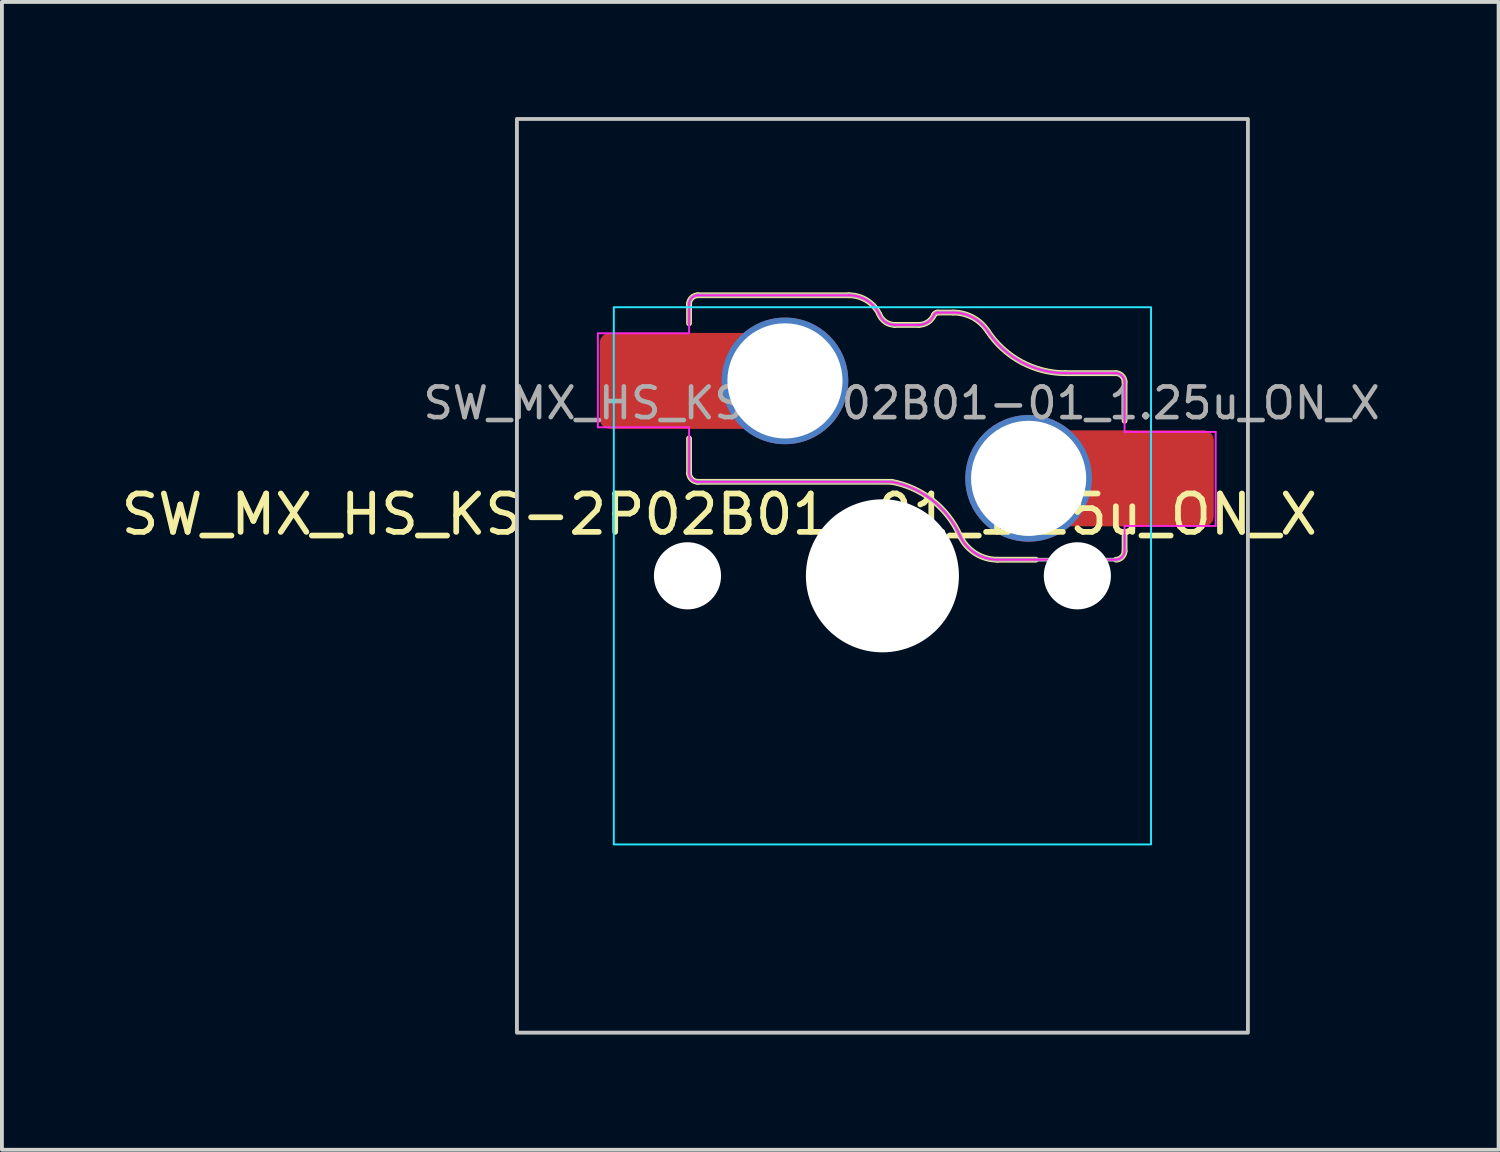
<source format=kicad_pcb>
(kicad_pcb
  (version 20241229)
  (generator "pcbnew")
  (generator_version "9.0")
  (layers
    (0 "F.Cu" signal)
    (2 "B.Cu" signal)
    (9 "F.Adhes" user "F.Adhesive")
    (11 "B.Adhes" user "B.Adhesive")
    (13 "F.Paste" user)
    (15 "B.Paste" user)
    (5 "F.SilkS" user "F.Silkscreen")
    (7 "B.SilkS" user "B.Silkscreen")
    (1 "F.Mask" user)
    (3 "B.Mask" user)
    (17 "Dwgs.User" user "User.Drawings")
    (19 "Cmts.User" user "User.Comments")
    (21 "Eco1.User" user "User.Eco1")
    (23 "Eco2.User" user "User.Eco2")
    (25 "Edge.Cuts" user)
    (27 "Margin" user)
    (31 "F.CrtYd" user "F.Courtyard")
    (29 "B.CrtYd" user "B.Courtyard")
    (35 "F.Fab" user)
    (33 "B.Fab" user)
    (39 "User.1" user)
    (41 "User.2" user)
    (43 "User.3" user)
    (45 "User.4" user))
  (footprint "SW_MX_HS_KS-2P02B01-01_1.25u_ON_X"
    (layer "F.Cu")
    (at 19.946 11.956)
    (property "Reference" "SW_MX_HS_KS-2P02B01-01_1.25u_ON_X" (at -4.25 -1.6 0) (layer "F.SilkS") (effects (font (size 1 1) (thickness 0.15))))
    (attr smd)
    (fp_line (start -5.039 -7.086) (end -5.039 -6.58) (stroke (width 0.15) (type solid)) (layer "F.SilkS"))
    (fp_line (start -5.039 -2.675) (end -5.039 -3.58) (stroke (width 0.15) (type solid)) (layer "F.SilkS"))
    (fp_line (start -4.814 -2.45) (end 0.239 -2.45) (stroke (width 0.15) (type solid)) (layer "F.SilkS"))
    (fp_line (start -0.871 -7.311) (end -4.814 -7.311) (stroke (width 0.15) (type solid)) (layer "F.SilkS"))
    (fp_line (start 0.954 -6.539) (end 0.316 -6.539) (stroke (width 0.15) (type solid)) (layer "F.SilkS"))
    (fp_line (start 1.437 -6.861) (end 1.846 -6.861) (stroke (width 0.15) (type solid)) (layer "F.SilkS"))
    (fp_line (start 2.997 -0.42) (end 4 -0.42) (stroke (width 0.15) (type solid)) (layer "F.SilkS"))
    (fp_line (start 6.086 -5.281) (end 4.775 -5.281) (stroke (width 0.15) (type solid)) (layer "F.SilkS"))
    (fp_line (start 6.311 -5.056) (end 6.311 -4.04) (stroke (width 0.15) (type solid)) (layer "F.SilkS"))
    (fp_line (start 6.311 -0.645) (end 6.311 -1.04) (stroke (width 0.15) (type solid)) (layer "F.SilkS"))
    (fp_arc (start -0.870659 -7.311006) (mid -0.404802 -7.177082) (end -0.081188 -6.816204) (stroke (width 0.15) (type solid)) (layer "F.SilkS"))
    (fp_arc (start 0.239066 -2.449741) (mid 1.301345 -1.970299) (end 2.018091 -1.051291) (stroke (width 0.15) (type solid)) (layer "F.SilkS"))
    (fp_arc (start 0.316284 -6.539103) (mid 0.075462 -6.617285) (end -0.081188 -6.816204) (stroke (width 0.15) (type solid)) (layer "F.SilkS"))
    (fp_arc (start 1.344869 -6.800882) (mid 1.1877 -6.612605) (end 0.953718 -6.539103) (stroke (width 0.15) (type solid)) (layer "F.SilkS"))
    (fp_arc (start 1.344869 -6.800882) (mid 1.381745 -6.844643) (end 1.436576 -6.861005) (stroke (width 0.15) (type solid)) (layer "F.SilkS"))
    (fp_arc (start 1.845965 -6.860996) (mid 2.356288 -6.732106) (end 2.744226 -6.376372) (stroke (width 0.15) (type solid)) (layer "F.SilkS"))
    (fp_arc (start 2.997274 -0.419747) (mid 2.414853 -0.591219) (end 2.018265 -1.05093) (stroke (width 0.15) (type solid)) (layer "F.SilkS"))
    (fp_arc (start 4.774564 -5.281006) (mid 3.62108 -5.572312) (end 2.744226 -6.376372) (stroke (width 0.15) (type solid)) (layer "F.SilkS"))
    (fp_curve (pts (xy -5.039 -2.675) (xy -5.039 -2.557) (xy -4.932 -2.45) (xy -4.814 -2.45)) (stroke (width 0.15) (type solid)) (layer "F.SilkS"))
    (fp_curve (pts (xy -4.814 -7.311) (xy -4.932 -7.311) (xy -5.039 -7.204) (xy -5.039 -7.086)) (stroke (width 0.15) (type solid)) (layer "F.SilkS"))
    (fp_curve (pts (xy 6.086 -0.42) (xy 6.203 -0.42) (xy 6.311 -0.527) (xy 6.311 -0.645)) (stroke (width 0.15) (type solid)) (layer "F.SilkS"))
    (fp_curve (pts (xy 6.311 -5.056) (xy 6.311 -5.174) (xy 6.203 -5.281) (xy 6.086 -5.281)) (stroke (width 0.15) (type solid)) (layer "F.SilkS"))
    (fp_rect (start -9.525 -11.906) (end 9.525 11.906) (stroke (width 0.1) (type default)) (fill no) (layer "Dwgs.User"))
    (fp_line (start -7 -6.5) (end -7 6.5) (stroke (width 0.05) (type solid)) (layer "Eco2.User"))
    (fp_line (start -6.5 7) (end 6.5 7) (stroke (width 0.05) (type solid)) (layer "Eco2.User"))
    (fp_line (start 6.5 -7) (end -6.5 -7) (stroke (width 0.05) (type solid)) (layer "Eco2.User"))
    (fp_line (start 7 6.5) (end 7 -6.5) (stroke (width 0.05) (type solid)) (layer "Eco2.User"))
    (fp_arc (start -7 -6.5) (mid -6.853553 -6.853553) (end -6.5 -7) (stroke (width 0.05) (type solid)) (layer "Eco2.User"))
    (fp_arc (start -6.497236 6.998884) (mid -6.850789 6.852437) (end -6.997236 6.498884) (stroke (width 0.05) (type solid)) (layer "Eco2.User"))
    (fp_arc (start 6.5 -7) (mid 6.853553 -6.853553) (end 7 -6.5) (stroke (width 0.05) (type solid)) (layer "Eco2.User"))
    (fp_arc (start 7 6.5) (mid 6.853553 6.853553) (end 6.5 7) (stroke (width 0.05) (type solid)) (layer "Eco2.User"))
    (fp_rect (start -7 -7) (end 7 7) (stroke (width 0.05) (type default)) (fill no) (layer "B.CrtYd"))
    (fp_line (start -7.415 -6.32) (end -5.039 -6.32) (stroke (width 0.05) (type solid)) (layer "F.CrtYd"))
    (fp_line (start -7.415 -3.87) (end -7.415 -6.32) (stroke (width 0.05) (type solid)) (layer "F.CrtYd"))
    (fp_line (start -5.039 -7.086) (end -5.039 -6.32) (stroke (width 0.05) (type solid)) (layer "F.CrtYd"))
    (fp_line (start -5.039 -3.87) (end -7.415 -3.87) (stroke (width 0.05) (type solid)) (layer "F.CrtYd"))
    (fp_line (start -5.039 -2.675) (end -5.039 -3.87) (stroke (width 0.05) (type solid)) (layer "F.CrtYd"))
    (fp_line (start -4.814 -2.45) (end 0.239 -2.45) (stroke (width 0.05) (type solid)) (layer "F.CrtYd"))
    (fp_line (start -0.871 -7.311) (end -4.814 -7.311) (stroke (width 0.05) (type solid)) (layer "F.CrtYd"))
    (fp_line (start 0.954 -6.539) (end 0.316 -6.539) (stroke (width 0.05) (type solid)) (layer "F.CrtYd"))
    (fp_line (start 1.437 -6.861) (end 1.846 -6.861) (stroke (width 0.05) (type solid)) (layer "F.CrtYd"))
    (fp_line (start 2.997 -0.42) (end 6.086 -0.42) (stroke (width 0.05) (type solid)) (layer "F.CrtYd"))
    (fp_line (start 6.086 -5.281) (end 4.775 -5.281) (stroke (width 0.05) (type solid)) (layer "F.CrtYd"))
    (fp_line (start 6.311 -5.056) (end 6.311 -3.75) (stroke (width 0.05) (type solid)) (layer "F.CrtYd"))
    (fp_line (start 6.311 -3.75) (end 8.685 -3.75) (stroke (width 0.05) (type solid)) (layer "F.CrtYd"))
    (fp_line (start 6.311 -0.645) (end 6.311 -1.3) (stroke (width 0.05) (type solid)) (layer "F.CrtYd"))
    (fp_line (start 8.685 -3.75) (end 8.685 -1.3) (stroke (width 0.05) (type solid)) (layer "F.CrtYd"))
    (fp_line (start 8.685 -1.3) (end 6.311 -1.3) (stroke (width 0.05) (type solid)) (layer "F.CrtYd"))
    (fp_arc (start -0.870659 -7.311006) (mid -0.404802 -7.177082) (end -0.081188 -6.816204) (stroke (width 0.05) (type solid)) (layer "F.CrtYd"))
    (fp_arc (start 0.239066 -2.449741) (mid 1.301345 -1.970299) (end 2.018091 -1.051291) (stroke (width 0.05) (type solid)) (layer "F.CrtYd"))
    (fp_arc (start 0.316284 -6.539103) (mid 0.075462 -6.617285) (end -0.081188 -6.816204) (stroke (width 0.05) (type solid)) (layer "F.CrtYd"))
    (fp_arc (start 1.344869 -6.800882) (mid 1.1877 -6.612605) (end 0.953718 -6.539103) (stroke (width 0.05) (type solid)) (layer "F.CrtYd"))
    (fp_arc (start 1.344869 -6.800882) (mid 1.381745 -6.844643) (end 1.436576 -6.861005) (stroke (width 0.05) (type solid)) (layer "F.CrtYd"))
    (fp_arc (start 1.845965 -6.860996) (mid 2.356288 -6.732106) (end 2.744226 -6.376372) (stroke (width 0.05) (type solid)) (layer "F.CrtYd"))
    (fp_arc (start 2.997274 -0.419747) (mid 2.414853 -0.591219) (end 2.018265 -1.05093) (stroke (width 0.05) (type solid)) (layer "F.CrtYd"))
    (fp_arc (start 4.774564 -5.281006) (mid 3.62108 -5.572312) (end 2.744226 -6.376372) (stroke (width 0.05) (type solid)) (layer "F.CrtYd"))
    (fp_curve (pts (xy -5.039 -2.675) (xy -5.039 -2.557) (xy -4.932 -2.45) (xy -4.814 -2.45)) (stroke (width 0.05) (type solid)) (layer "F.CrtYd"))
    (fp_curve (pts (xy -4.814 -7.311) (xy -4.932 -7.311) (xy -5.039 -7.204) (xy -5.039 -7.086)) (stroke (width 0.05) (type solid)) (layer "F.CrtYd"))
    (fp_curve (pts (xy 6.086 -0.42) (xy 6.203 -0.42) (xy 6.311 -0.527) (xy 6.311 -0.645)) (stroke (width 0.05) (type solid)) (layer "F.CrtYd"))
    (fp_curve (pts (xy 6.311 -5.056) (xy 6.311 -5.174) (xy 6.203 -5.281) (xy 6.086 -5.281)) (stroke (width 0.05) (type solid)) (layer "F.CrtYd"))
    (fp_line (start -5.039 -7.086) (end -5.039 -6.58) (stroke (width 0.1) (type solid)) (layer "F.Fab"))
    (fp_line (start -5.039 -2.675) (end -5.039 -3.58) (stroke (width 0.1) (type solid)) (layer "F.Fab"))
    (fp_line (start -4.814 -2.45) (end 0.239 -2.45) (stroke (width 0.1) (type solid)) (layer "F.Fab"))
    (fp_line (start -0.871 -7.311) (end -4.814 -7.311) (stroke (width 0.1) (type solid)) (layer "F.Fab"))
    (fp_line (start 0.954 -6.539) (end 0.316 -6.539) (stroke (width 0.1) (type solid)) (layer "F.Fab"))
    (fp_line (start 1.437 -6.861) (end 1.846 -6.861) (stroke (width 0.1) (type solid)) (layer "F.Fab"))
    (fp_line (start 2.997 -0.42) (end 6.086 -0.42) (stroke (width 0.1) (type solid)) (layer "F.Fab"))
    (fp_line (start 6.086 -5.281) (end 4.775 -5.281) (stroke (width 0.1) (type solid)) (layer "F.Fab"))
    (fp_line (start 6.311 -5.056) (end 6.311 -4.04) (stroke (width 0.1) (type solid)) (layer "F.Fab"))
    (fp_line (start 6.311 -0.645) (end 6.311 -1.04) (stroke (width 0.1) (type solid)) (layer "F.Fab"))
    (fp_arc (start -0.870659 -7.311006) (mid -0.404802 -7.177082) (end -0.081188 -6.816204) (stroke (width 0.1) (type solid)) (layer "F.Fab"))
    (fp_arc (start 0.239066 -2.449741) (mid 1.301345 -1.970299) (end 2.018091 -1.051291) (stroke (width 0.1) (type solid)) (layer "F.Fab"))
    (fp_arc (start 0.316284 -6.539103) (mid 0.075462 -6.617285) (end -0.081188 -6.816204) (stroke (width 0.1) (type solid)) (layer "F.Fab"))
    (fp_arc (start 1.344869 -6.800882) (mid 1.1877 -6.612605) (end 0.953718 -6.539103) (stroke (width 0.1) (type solid)) (layer "F.Fab"))
    (fp_arc (start 1.344869 -6.800882) (mid 1.381745 -6.844643) (end 1.436576 -6.861005) (stroke (width 0.1) (type solid)) (layer "F.Fab"))
    (fp_arc (start 1.845965 -6.860996) (mid 2.356288 -6.732106) (end 2.744226 -6.376372) (stroke (width 0.1) (type solid)) (layer "F.Fab"))
    (fp_arc (start 2.997274 -0.419747) (mid 2.414853 -0.591219) (end 2.018265 -1.05093) (stroke (width 0.1) (type solid)) (layer "F.Fab"))
    (fp_arc (start 4.774564 -5.281006) (mid 3.62108 -5.572312) (end 2.744226 -6.376372) (stroke (width 0.1) (type solid)) (layer "F.Fab"))
    (fp_curve (pts (xy -5.039 -2.675) (xy -5.039 -2.557) (xy -4.932 -2.45) (xy -4.814 -2.45)) (stroke (width 0.1) (type solid)) (layer "F.Fab"))
    (fp_curve (pts (xy -4.814 -7.311) (xy -4.932 -7.311) (xy -5.039 -7.204) (xy -5.039 -7.086)) (stroke (width 0.1) (type solid)) (layer "F.Fab"))
    (fp_curve (pts (xy 6.086 -0.42) (xy 6.203 -0.42) (xy 6.311 -0.527) (xy 6.311 -0.645)) (stroke (width 0.1) (type solid)) (layer "F.Fab"))
    (fp_curve (pts (xy 6.311 -5.056) (xy 6.311 -5.174) (xy 6.203 -5.281) (xy 6.086 -5.281)) (stroke (width 0.1) (type solid)) (layer "F.Fab"))
    (fp_text user "${REFERENCE}" (at 0.5 -4.5 0) (layer "F.Fab") (effects (font (size 0.8 0.8) (thickness 0.12))))
    (pad "" np_thru_hole circle (at -5.08 0) (size 1.75 1.75) (drill 1.75) (layers "*.Cu" "*.Mask"))
    (pad "" np_thru_hole circle (at 0 0) (size 3.988 3.988) (drill 3.988) (layers "*.Cu" "*.Mask"))
    (pad "" np_thru_hole circle (at 5.08 0) (size 1.75 1.75) (drill 1.75) (layers "*.Cu" "*.Mask"))
    (pad "1" thru_hole circle (at 3.81 -2.54) (size 3.3 3.3) (drill 3) (property pad_prop_mechanical) (layers "*.Cu" "*.Mask"))
    (pad "1" smd rect (at 5.635 -2.54 180) (size 1.65 2.5) (layers "F.Cu"))
    (pad "1" smd roundrect (at 7.36 -2.54) (size 2.55 2.5) (layers "F.Cu" "F.Mask" "F.Paste") (roundrect_rratio 0.1))
    (pad "2" smd roundrect (at -6.09 -5.08) (size 2.55 2.5) (layers "F.Cu" "F.Mask" "F.Paste") (roundrect_rratio 0.1))
    (pad "2" smd rect (at -4.34 -5.08) (size 1.65 2.5) (layers "F.Cu"))
    (pad "2" thru_hole circle (at -2.54 -5.08) (size 3.3 3.3) (drill 3) (property pad_prop_mechanical) (layers "*.Cu" "*.Mask")))
  (gr_rect
    (start -3 -3)
    (end 36.004 26.913)
    (stroke (width 0.1) (type default))
    (fill no)
    (layer "Edge.Cuts")))
</source>
